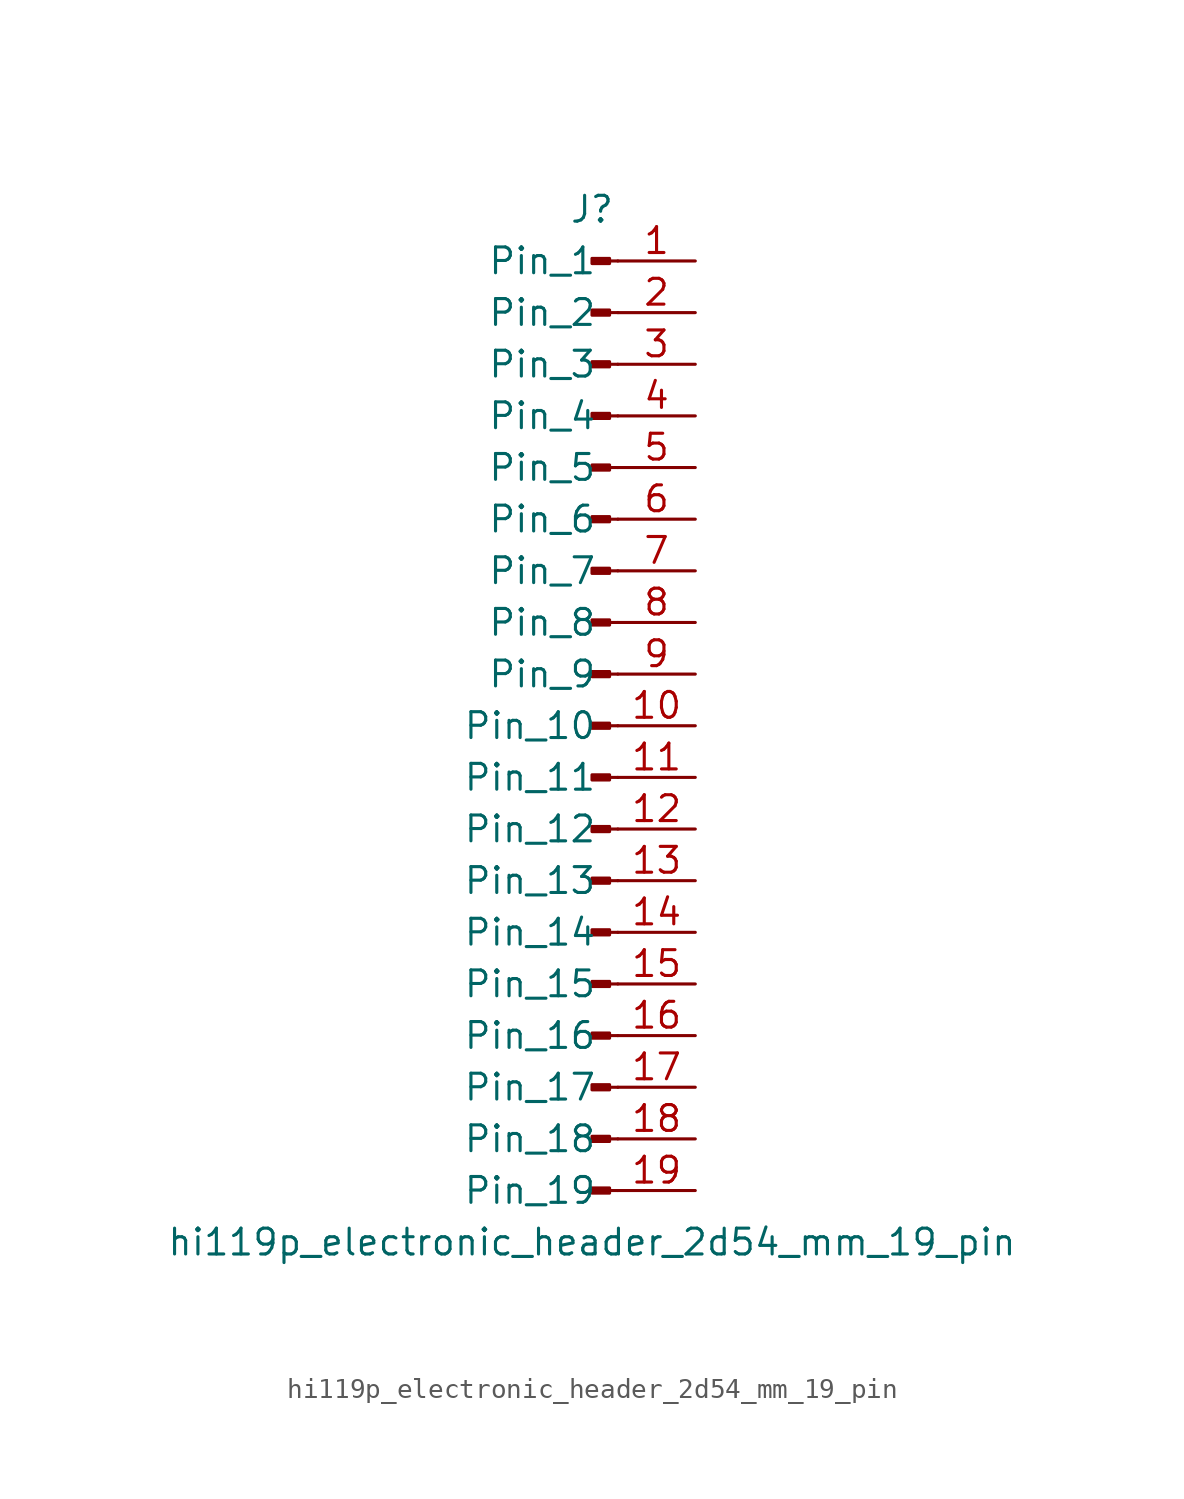
<source format=kicad_sym>
(kicad_symbol_lib
  (version 20220914)
  (generator kicad_symbol_editor)
  (symbol "hi119p_electronic_header_2d54_mm_19_pin"
    (pin_names
      (offset 1.016))
    (property "Reference" "J"
      (at 0 25.4 0)
      (effects (font (size 1.27 1.27))))
    (property "Value" "hi119p_electronic_header_2d54_mm_19_pin"
      (at 0 -25.4 0)
      (effects (font (size 1.27 1.27))))
    (property "ki_locked" ""
      (at 0 0 0)
      (effects (font (size 1.27 1.27))))
    (symbol "hi119p_electronic_header_2d54_mm_19_pin_1_1"
      (polyline (pts (xy 1.27 -22.86) (xy 0.864 -22.86)) (stroke (width 0.152) (type default)) (fill (type none)))
      (polyline (pts (xy 1.27 -20.32) (xy 0.864 -20.32)) (stroke (width 0.152) (type default)) (fill (type none)))
      (polyline (pts (xy 1.27 -17.78) (xy 0.864 -17.78)) (stroke (width 0.152) (type default)) (fill (type none)))
      (polyline (pts (xy 1.27 -15.24) (xy 0.864 -15.24)) (stroke (width 0.152) (type default)) (fill (type none)))
      (polyline (pts (xy 1.27 -12.7) (xy 0.864 -12.7)) (stroke (width 0.152) (type default)) (fill (type none)))
      (polyline (pts (xy 1.27 -10.16) (xy 0.864 -10.16)) (stroke (width 0.152) (type default)) (fill (type none)))
      (polyline (pts (xy 1.27 -7.62) (xy 0.864 -7.62)) (stroke (width 0.152) (type default)) (fill (type none)))
      (polyline (pts (xy 1.27 -5.08) (xy 0.864 -5.08)) (stroke (width 0.152) (type default)) (fill (type none)))
      (polyline (pts (xy 1.27 -2.54) (xy 0.864 -2.54)) (stroke (width 0.152) (type default)) (fill (type none)))
      (polyline (pts (xy 1.27 0) (xy 0.864 0)) (stroke (width 0.152) (type default)) (fill (type none)))
      (polyline (pts (xy 1.27 2.54) (xy 0.864 2.54)) (stroke (width 0.152) (type default)) (fill (type none)))
      (polyline (pts (xy 1.27 5.08) (xy 0.864 5.08)) (stroke (width 0.152) (type default)) (fill (type none)))
      (polyline (pts (xy 1.27 7.62) (xy 0.864 7.62)) (stroke (width 0.152) (type default)) (fill (type none)))
      (polyline (pts (xy 1.27 10.16) (xy 0.864 10.16)) (stroke (width 0.152) (type default)) (fill (type none)))
      (polyline (pts (xy 1.27 12.7) (xy 0.864 12.7)) (stroke (width 0.152) (type default)) (fill (type none)))
      (polyline (pts (xy 1.27 15.24) (xy 0.864 15.24)) (stroke (width 0.152) (type default)) (fill (type none)))
      (polyline (pts (xy 1.27 17.78) (xy 0.864 17.78)) (stroke (width 0.152) (type default)) (fill (type none)))
      (polyline (pts (xy 1.27 20.32) (xy 0.864 20.32)) (stroke (width 0.152) (type default)) (fill (type none)))
      (polyline (pts (xy 1.27 22.86) (xy 0.864 22.86)) (stroke (width 0.152) (type default)) (fill (type none)))
      (rectangle (start 0.864 -22.733) (end 0 -22.987) (stroke (width 0.152) (type default)) (fill (type outline)))
      (rectangle (start 0.864 -20.193) (end 0 -20.447) (stroke (width 0.152) (type default)) (fill (type outline)))
      (rectangle (start 0.864 -17.653) (end 0 -17.907) (stroke (width 0.152) (type default)) (fill (type outline)))
      (rectangle (start 0.864 -15.113) (end 0 -15.367) (stroke (width 0.152) (type default)) (fill (type outline)))
      (rectangle (start 0.864 -12.573) (end 0 -12.827) (stroke (width 0.152) (type default)) (fill (type outline)))
      (rectangle (start 0.864 -10.033) (end 0 -10.287) (stroke (width 0.152) (type default)) (fill (type outline)))
      (rectangle (start 0.864 -7.493) (end 0 -7.747) (stroke (width 0.152) (type default)) (fill (type outline)))
      (rectangle (start 0.864 -4.953) (end 0 -5.207) (stroke (width 0.152) (type default)) (fill (type outline)))
      (rectangle (start 0.864 -2.413) (end 0 -2.667) (stroke (width 0.152) (type default)) (fill (type outline)))
      (rectangle (start 0.864 0.127) (end 0 -0.127) (stroke (width 0.152) (type default)) (fill (type outline)))
      (rectangle (start 0.864 2.667) (end 0 2.413) (stroke (width 0.152) (type default)) (fill (type outline)))
      (rectangle (start 0.864 5.207) (end 0 4.953) (stroke (width 0.152) (type default)) (fill (type outline)))
      (rectangle (start 0.864 7.747) (end 0 7.493) (stroke (width 0.152) (type default)) (fill (type outline)))
      (rectangle (start 0.864 10.287) (end 0 10.033) (stroke (width 0.152) (type default)) (fill (type outline)))
      (rectangle (start 0.864 12.827) (end 0 12.573) (stroke (width 0.152) (type default)) (fill (type outline)))
      (rectangle (start 0.864 15.367) (end 0 15.113) (stroke (width 0.152) (type default)) (fill (type outline)))
      (rectangle (start 0.864 17.907) (end 0 17.653) (stroke (width 0.152) (type default)) (fill (type outline)))
      (rectangle (start 0.864 20.447) (end 0 20.193) (stroke (width 0.152) (type default)) (fill (type outline)))
      (rectangle (start 0.864 22.987) (end 0 22.733) (stroke (width 0.152) (type default)) (fill (type outline)))
      (pin passive line (at 5.08 22.86 180) (length 3.81) (name "Pin_1" (effects (font (size 1.27 1.27)))) (number "1" (effects (font (size 1.27 1.27)))))
      (pin passive line (at 5.08 0 180) (length 3.81) (name "Pin_10" (effects (font (size 1.27 1.27)))) (number "10" (effects (font (size 1.27 1.27)))))
      (pin passive line (at 5.08 -2.54 180) (length 3.81) (name "Pin_11" (effects (font (size 1.27 1.27)))) (number "11" (effects (font (size 1.27 1.27)))))
      (pin passive line (at 5.08 -5.08 180) (length 3.81) (name "Pin_12" (effects (font (size 1.27 1.27)))) (number "12" (effects (font (size 1.27 1.27)))))
      (pin passive line (at 5.08 -7.62 180) (length 3.81) (name "Pin_13" (effects (font (size 1.27 1.27)))) (number "13" (effects (font (size 1.27 1.27)))))
      (pin passive line (at 5.08 -10.16 180) (length 3.81) (name "Pin_14" (effects (font (size 1.27 1.27)))) (number "14" (effects (font (size 1.27 1.27)))))
      (pin passive line (at 5.08 -12.7 180) (length 3.81) (name "Pin_15" (effects (font (size 1.27 1.27)))) (number "15" (effects (font (size 1.27 1.27)))))
      (pin passive line (at 5.08 -15.24 180) (length 3.81) (name "Pin_16" (effects (font (size 1.27 1.27)))) (number "16" (effects (font (size 1.27 1.27)))))
      (pin passive line (at 5.08 -17.78 180) (length 3.81) (name "Pin_17" (effects (font (size 1.27 1.27)))) (number "17" (effects (font (size 1.27 1.27)))))
      (pin passive line (at 5.08 -20.32 180) (length 3.81) (name "Pin_18" (effects (font (size 1.27 1.27)))) (number "18" (effects (font (size 1.27 1.27)))))
      (pin passive line (at 5.08 -22.86 180) (length 3.81) (name "Pin_19" (effects (font (size 1.27 1.27)))) (number "19" (effects (font (size 1.27 1.27)))))
      (pin passive line (at 5.08 20.32 180) (length 3.81) (name "Pin_2" (effects (font (size 1.27 1.27)))) (number "2" (effects (font (size 1.27 1.27)))))
      (pin passive line (at 5.08 17.78 180) (length 3.81) (name "Pin_3" (effects (font (size 1.27 1.27)))) (number "3" (effects (font (size 1.27 1.27)))))
      (pin passive line (at 5.08 15.24 180) (length 3.81) (name "Pin_4" (effects (font (size 1.27 1.27)))) (number "4" (effects (font (size 1.27 1.27)))))
      (pin passive line (at 5.08 12.7 180) (length 3.81) (name "Pin_5" (effects (font (size 1.27 1.27)))) (number "5" (effects (font (size 1.27 1.27)))))
      (pin passive line (at 5.08 10.16 180) (length 3.81) (name "Pin_6" (effects (font (size 1.27 1.27)))) (number "6" (effects (font (size 1.27 1.27)))))
      (pin passive line (at 5.08 7.62 180) (length 3.81) (name "Pin_7" (effects (font (size 1.27 1.27)))) (number "7" (effects (font (size 1.27 1.27)))))
      (pin passive line (at 5.08 5.08 180) (length 3.81) (name "Pin_8" (effects (font (size 1.27 1.27)))) (number "8" (effects (font (size 1.27 1.27)))))
      (pin passive line (at 5.08 2.54 180) (length 3.81) (name "Pin_9" (effects (font (size 1.27 1.27)))) (number "9" (effects (font (size 1.27 1.27))))))))
</source>
